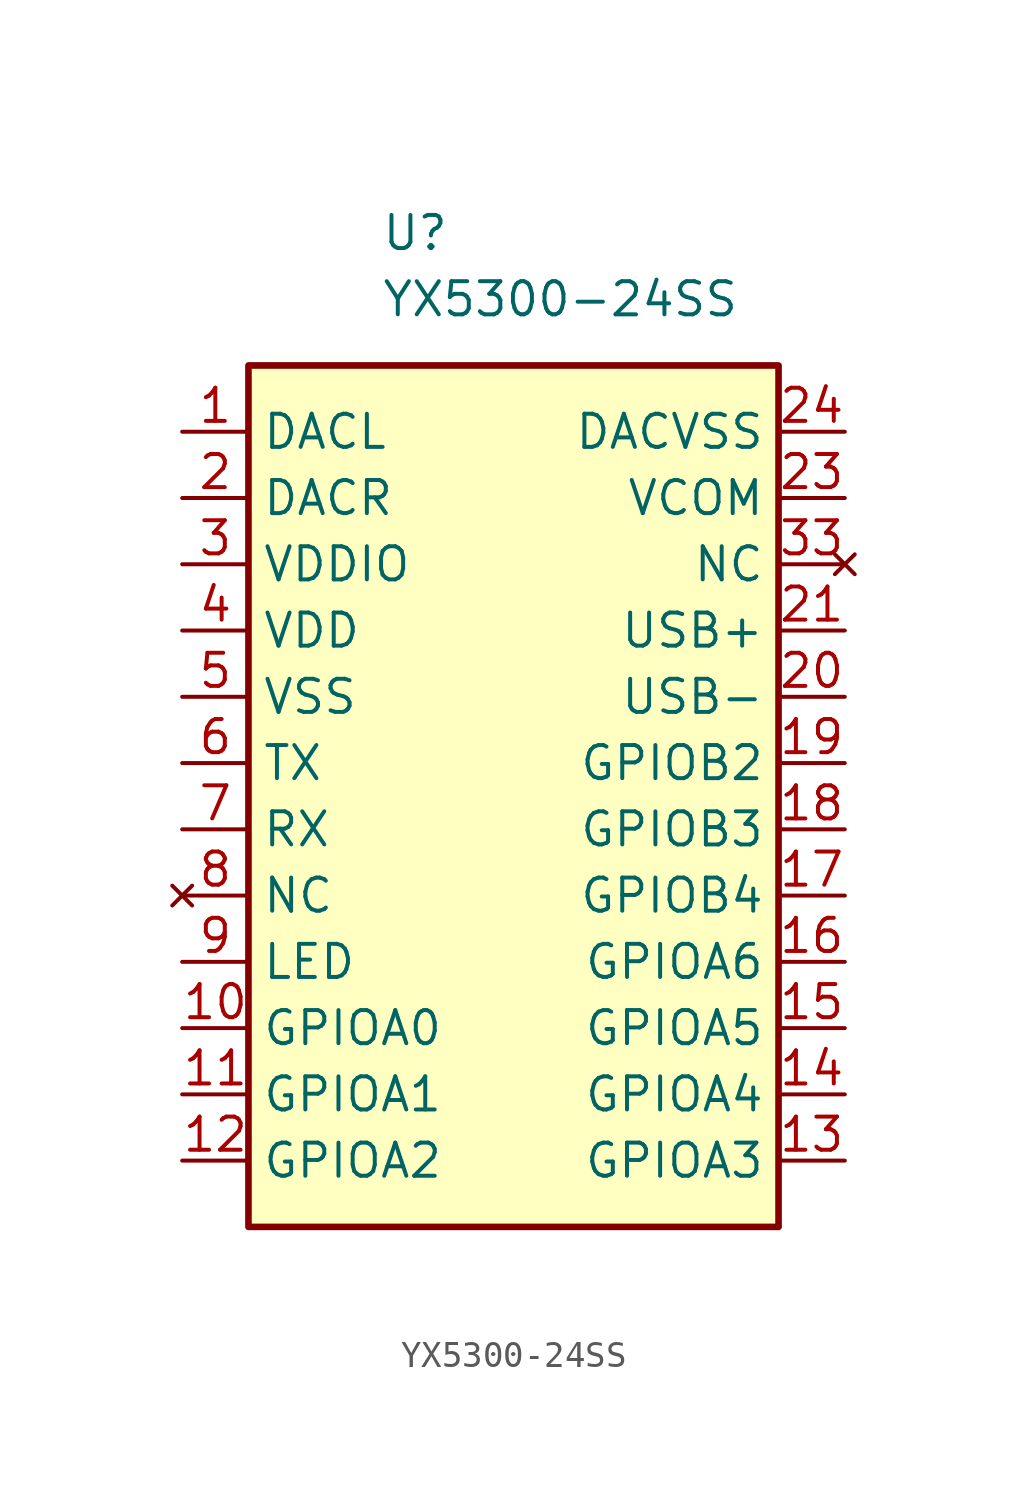
<source format=kicad_sym>
(kicad_symbol_lib
  (version 20220914)
  (generator kicad_symbol_editor)
  (symbol "YX5300-24SS"
    (property "Reference" "U"
      (at -5.08 21.59 0)
      (effects (font (size 1.27 1.27)) (justify left)))
    (property "Value" "YX5300-24SS"
      (at -5.08 19.05 0)
      (effects (font (size 1.27 1.27)) (justify left)))
    (symbol "YX5300-24SS_1_1"
      (rectangle (start -10.16 16.51) (end 10.16 -16.51) (stroke (width 0.254) (type default)) (fill (type background)))
      (pin output line (at -12.7 13.97 0) (length 2.54) (name "DACL" (effects (font (size 1.27 1.27)))) (number "1" (effects (font (size 1.27 1.27)))))
      (pin bidirectional line (at -12.7 -8.89 0) (length 2.54) (name "GPIOA0" (effects (font (size 1.27 1.27)))) (number "10" (effects (font (size 1.27 1.27)))))
      (pin bidirectional line (at -12.7 -11.43 0) (length 2.54) (name "GPIOA1" (effects (font (size 1.27 1.27)))) (number "11" (effects (font (size 1.27 1.27)))))
      (pin bidirectional line (at -12.7 -13.97 0) (length 2.54) (name "GPIOA2" (effects (font (size 1.27 1.27)))) (number "12" (effects (font (size 1.27 1.27)))))
      (pin bidirectional line (at 12.7 -13.97 180) (length 2.54) (name "GPIOA3" (effects (font (size 1.27 1.27)))) (number "13" (effects (font (size 1.27 1.27)))))
      (pin bidirectional line (at 12.7 -11.43 180) (length 2.54) (name "GPIOA4" (effects (font (size 1.27 1.27)))) (number "14" (effects (font (size 1.27 1.27)))))
      (pin bidirectional line (at 12.7 -8.89 180) (length 2.54) (name "GPIOA5" (effects (font (size 1.27 1.27)))) (number "15" (effects (font (size 1.27 1.27)))))
      (pin bidirectional line (at 12.7 -6.35 180) (length 2.54) (name "GPIOA6" (effects (font (size 1.27 1.27)))) (number "16" (effects (font (size 1.27 1.27)))))
      (pin bidirectional line (at 12.7 -3.81 180) (length 2.54) (name "GPIOB4" (effects (font (size 1.27 1.27)))) (number "17" (effects (font (size 1.27 1.27)))))
      (pin bidirectional line (at 12.7 -1.27 180) (length 2.54) (name "GPIOB3" (effects (font (size 1.27 1.27)))) (number "18" (effects (font (size 1.27 1.27)))))
      (pin bidirectional line (at 12.7 1.27 180) (length 2.54) (name "GPIOB2" (effects (font (size 1.27 1.27)))) (number "19" (effects (font (size 1.27 1.27)))))
      (pin output line (at -12.7 11.43 0) (length 2.54) (name "DACR" (effects (font (size 1.27 1.27)))) (number "2" (effects (font (size 1.27 1.27)))))
      (pin bidirectional line (at 12.7 3.81 180) (length 2.54) (name "USB-" (effects (font (size 1.27 1.27)))) (number "20" (effects (font (size 1.27 1.27)))))
      (pin bidirectional line (at 12.7 6.35 180) (length 2.54) (name "USB+" (effects (font (size 1.27 1.27)))) (number "21" (effects (font (size 1.27 1.27)))))
      (pin input line (at 12.7 11.43 180) (length 2.54) (name "VCOM" (effects (font (size 1.27 1.27)))) (number "23" (effects (font (size 1.27 1.27)))))
      (pin passive line (at 12.7 13.97 180) (length 2.54) (name "DACVSS" (effects (font (size 1.27 1.27)))) (number "24" (effects (font (size 1.27 1.27)))))
      (pin power_in line (at -12.7 8.89 0) (length 2.54) (name "VDDIO" (effects (font (size 1.27 1.27)))) (number "3" (effects (font (size 1.27 1.27)))))
      (pin no_connect line (at 12.7 8.89 180) (length 2.54) (name "NC" (effects (font (size 1.27 1.27)))) (number "33" (effects (font (size 1.27 1.27)))))
      (pin power_in line (at -12.7 6.35 0) (length 2.54) (name "VDD" (effects (font (size 1.27 1.27)))) (number "4" (effects (font (size 1.27 1.27)))))
      (pin passive line (at -12.7 3.81 0) (length 2.54) (name "VSS" (effects (font (size 1.27 1.27)))) (number "5" (effects (font (size 1.27 1.27)))))
      (pin output line (at -12.7 1.27 0) (length 2.54) (name "TX" (effects (font (size 1.27 1.27)))) (number "6" (effects (font (size 1.27 1.27)))))
      (pin input line (at -12.7 -1.27 0) (length 2.54) (name "RX" (effects (font (size 1.27 1.27)))) (number "7" (effects (font (size 1.27 1.27)))))
      (pin no_connect line (at -12.7 -3.81 0) (length 2.54) (name "NC" (effects (font (size 1.27 1.27)))) (number "8" (effects (font (size 1.27 1.27)))))
      (pin output line (at -12.7 -6.35 0) (length 2.54) (name "LED" (effects (font (size 1.27 1.27)))) (number "9" (effects (font (size 1.27 1.27))))))))
</source>
